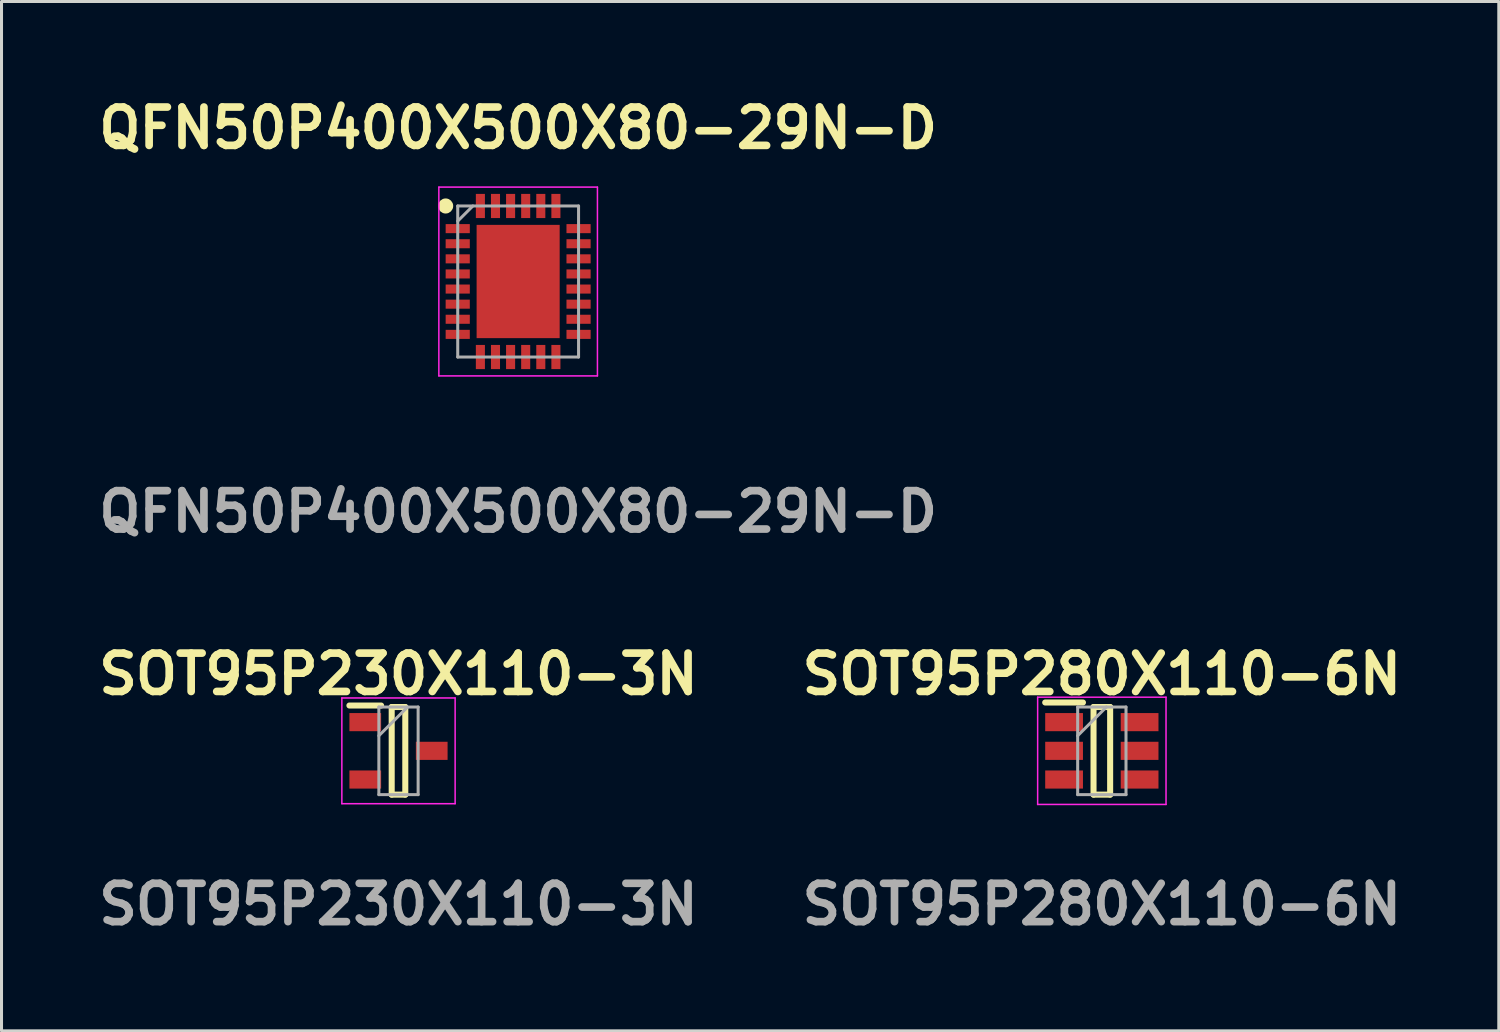
<source format=kicad_pcb>
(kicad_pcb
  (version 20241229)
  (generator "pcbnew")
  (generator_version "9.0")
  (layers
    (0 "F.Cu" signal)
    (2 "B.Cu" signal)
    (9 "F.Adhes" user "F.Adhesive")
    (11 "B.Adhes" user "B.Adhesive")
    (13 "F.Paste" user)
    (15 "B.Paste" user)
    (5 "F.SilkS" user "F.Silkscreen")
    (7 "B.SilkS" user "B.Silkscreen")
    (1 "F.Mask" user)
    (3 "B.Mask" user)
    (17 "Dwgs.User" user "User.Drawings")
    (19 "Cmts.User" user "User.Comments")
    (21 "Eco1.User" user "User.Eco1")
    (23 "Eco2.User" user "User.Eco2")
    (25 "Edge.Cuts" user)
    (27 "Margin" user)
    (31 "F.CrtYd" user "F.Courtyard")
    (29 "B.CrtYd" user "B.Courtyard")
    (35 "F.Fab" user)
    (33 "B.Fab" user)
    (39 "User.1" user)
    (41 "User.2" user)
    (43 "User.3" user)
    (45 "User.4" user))
  (footprint "SOT95P230X110-3N"
    (layer "F.Cu")
    (at 10.142 21.806)
    (property "Reference" "SOT95P230X110-3N" (at 0 -2.54 0) (layer "F.SilkS") (effects (font (size 1.27 1.27) (thickness 0.254))))
    (attr smd)
    (fp_line (start -1.625 -1.5) (end -0.575 -1.5) (stroke (width 0.2) (type solid)) (layer "F.SilkS"))
    (fp_line (start -0.225 -1.45) (end 0.225 -1.45) (stroke (width 0.2) (type solid)) (layer "F.SilkS"))
    (fp_line (start -0.225 1.45) (end -0.225 -1.45) (stroke (width 0.2) (type solid)) (layer "F.SilkS"))
    (fp_line (start 0.225 -1.45) (end 0.225 1.45) (stroke (width 0.2) (type solid)) (layer "F.SilkS"))
    (fp_line (start 0.225 1.45) (end -0.225 1.45) (stroke (width 0.2) (type solid)) (layer "F.SilkS"))
    (fp_line (start -1.875 -1.75) (end 1.875 -1.75) (stroke (width 0.05) (type solid)) (layer "F.CrtYd"))
    (fp_line (start -1.875 1.75) (end -1.875 -1.75) (stroke (width 0.05) (type solid)) (layer "F.CrtYd"))
    (fp_line (start 1.875 -1.75) (end 1.875 1.75) (stroke (width 0.05) (type solid)) (layer "F.CrtYd"))
    (fp_line (start 1.875 1.75) (end -1.875 1.75) (stroke (width 0.05) (type solid)) (layer "F.CrtYd"))
    (fp_line (start -0.65 -1.45) (end 0.65 -1.45) (stroke (width 0.1) (type solid)) (layer "F.Fab"))
    (fp_line (start -0.65 -0.5) (end 0.3 -1.45) (stroke (width 0.1) (type solid)) (layer "F.Fab"))
    (fp_line (start -0.65 1.45) (end -0.65 -1.45) (stroke (width 0.1) (type solid)) (layer "F.Fab"))
    (fp_line (start 0.65 -1.45) (end 0.65 1.45) (stroke (width 0.1) (type solid)) (layer "F.Fab"))
    (fp_line (start 0.65 1.45) (end -0.65 1.45) (stroke (width 0.1) (type solid)) (layer "F.Fab"))
    (fp_text user "${REFERENCE}" (at 0 5.08 0) (layer "F.Fab") (effects (font (size 1.27 1.27) (thickness 0.254))))
    (pad "1" smd rect (at -1.1 -0.95 90) (size 0.6 1.05) (layers "F.Cu" "F.Mask" "F.Paste"))
    (pad "2" smd rect (at -1.1 0.95 90) (size 0.6 1.05) (layers "F.Cu" "F.Mask" "F.Paste"))
    (pad "3" smd rect (at 1.1 0 90) (size 0.6 1.05) (layers "F.Cu" "F.Mask" "F.Paste")))
  (footprint "SOT95P280X110-6N"
    (layer "F.Cu")
    (at 33.426 21.806)
    (property "Reference" "SOT95P280X110-6N" (at 0 -2.54 0) (layer "F.SilkS") (effects (font (size 1.27 1.27) (thickness 0.254))))
    (attr smd)
    (fp_line (start -1.875 -1.6) (end -0.625 -1.6) (stroke (width 0.2) (type solid)) (layer "F.SilkS"))
    (fp_line (start -0.275 -1.45) (end 0.275 -1.45) (stroke (width 0.2) (type solid)) (layer "F.SilkS"))
    (fp_line (start -0.275 1.45) (end -0.275 -1.45) (stroke (width 0.2) (type solid)) (layer "F.SilkS"))
    (fp_line (start 0.275 -1.45) (end 0.275 1.45) (stroke (width 0.2) (type solid)) (layer "F.SilkS"))
    (fp_line (start 0.275 1.45) (end -0.275 1.45) (stroke (width 0.2) (type solid)) (layer "F.SilkS"))
    (fp_line (start -2.125 -1.775) (end 2.125 -1.775) (stroke (width 0.05) (type solid)) (layer "F.CrtYd"))
    (fp_line (start -2.125 1.775) (end -2.125 -1.775) (stroke (width 0.05) (type solid)) (layer "F.CrtYd"))
    (fp_line (start 2.125 -1.775) (end 2.125 1.775) (stroke (width 0.05) (type solid)) (layer "F.CrtYd"))
    (fp_line (start 2.125 1.775) (end -2.125 1.775) (stroke (width 0.05) (type solid)) (layer "F.CrtYd"))
    (fp_line (start -0.8 -1.45) (end 0.8 -1.45) (stroke (width 0.1) (type solid)) (layer "F.Fab"))
    (fp_line (start -0.8 -0.5) (end 0.15 -1.45) (stroke (width 0.1) (type solid)) (layer "F.Fab"))
    (fp_line (start -0.8 1.45) (end -0.8 -1.45) (stroke (width 0.1) (type solid)) (layer "F.Fab"))
    (fp_line (start 0.8 -1.45) (end 0.8 1.45) (stroke (width 0.1) (type solid)) (layer "F.Fab"))
    (fp_line (start 0.8 1.45) (end -0.8 1.45) (stroke (width 0.1) (type solid)) (layer "F.Fab"))
    (fp_text user "${REFERENCE}" (at 0 5.08 0) (layer "F.Fab") (effects (font (size 1.27 1.27) (thickness 0.254))))
    (pad "1" smd rect (at -1.25 -0.95 90) (size 0.6 1.25) (layers "F.Cu" "F.Mask" "F.Paste"))
    (pad "2" smd rect (at -1.25 0 90) (size 0.6 1.25) (layers "F.Cu" "F.Mask" "F.Paste"))
    (pad "3" smd rect (at -1.25 0.95 90) (size 0.6 1.25) (layers "F.Cu" "F.Mask" "F.Paste"))
    (pad "4" smd rect (at 1.25 0.95 90) (size 0.6 1.25) (layers "F.Cu" "F.Mask" "F.Paste"))
    (pad "5" smd rect (at 1.25 0 90) (size 0.6 1.25) (layers "F.Cu" "F.Mask" "F.Paste"))
    (pad "6" smd rect (at 1.25 -0.95 90) (size 0.6 1.25) (layers "F.Cu" "F.Mask" "F.Paste")))
  (footprint "QFN50P400X500X80-29N-D"
    (layer "F.Cu")
    (at 14.103 6.269)
    (property "Reference" "QFN50P400X500X80-29N-D" (at 0 -5.08 0) (layer "F.SilkS") (effects (font (size 1.27 1.27) (thickness 0.254))))
    (attr smd)
    (fp_circle (center -2.4 -2.5) (end -2.4 -2.375) (stroke (width 0.25) (type solid)) (fill no) (layer "F.SilkS"))
    (fp_line (start -2.625 -3.125) (end 2.625 -3.125) (stroke (width 0.05) (type solid)) (layer "F.CrtYd"))
    (fp_line (start -2.625 3.125) (end -2.625 -3.125) (stroke (width 0.05) (type solid)) (layer "F.CrtYd"))
    (fp_line (start 2.625 -3.125) (end 2.625 3.125) (stroke (width 0.05) (type solid)) (layer "F.CrtYd"))
    (fp_line (start 2.625 3.125) (end -2.625 3.125) (stroke (width 0.05) (type solid)) (layer "F.CrtYd"))
    (fp_line (start -2 -2.5) (end 2 -2.5) (stroke (width 0.1) (type solid)) (layer "F.Fab"))
    (fp_line (start -2 -2) (end -1.5 -2.5) (stroke (width 0.1) (type solid)) (layer "F.Fab"))
    (fp_line (start -2 2.5) (end -2 -2.5) (stroke (width 0.1) (type solid)) (layer "F.Fab"))
    (fp_line (start 2 -2.5) (end 2 2.5) (stroke (width 0.1) (type solid)) (layer "F.Fab"))
    (fp_line (start 2 2.5) (end -2 2.5) (stroke (width 0.1) (type solid)) (layer "F.Fab"))
    (fp_text user "${REFERENCE}" (at 0 7.62 0) (layer "F.Fab") (effects (font (size 1.27 1.27) (thickness 0.254))))
    (pad "1" smd rect (at -2 -1.75 90) (size 0.3 0.8) (layers "F.Cu" "F.Mask" "F.Paste"))
    (pad "2" smd rect (at -2 -1.25 90) (size 0.3 0.8) (layers "F.Cu" "F.Mask" "F.Paste"))
    (pad "3" smd rect (at -2 -0.75 90) (size 0.3 0.8) (layers "F.Cu" "F.Mask" "F.Paste"))
    (pad "4" smd rect (at -2 -0.25 90) (size 0.3 0.8) (layers "F.Cu" "F.Mask" "F.Paste"))
    (pad "5" smd rect (at -2 0.25 90) (size 0.3 0.8) (layers "F.Cu" "F.Mask" "F.Paste"))
    (pad "6" smd rect (at -2 0.75 90) (size 0.3 0.8) (layers "F.Cu" "F.Mask" "F.Paste"))
    (pad "7" smd rect (at -2 1.25 90) (size 0.3 0.8) (layers "F.Cu" "F.Mask" "F.Paste"))
    (pad "8" smd rect (at -2 1.75 90) (size 0.3 0.8) (layers "F.Cu" "F.Mask" "F.Paste"))
    (pad "9" smd rect (at -1.25 2.5) (size 0.3 0.8) (layers "F.Cu" "F.Mask" "F.Paste"))
    (pad "10" smd rect (at -0.75 2.5) (size 0.3 0.8) (layers "F.Cu" "F.Mask" "F.Paste"))
    (pad "11" smd rect (at -0.25 2.5) (size 0.3 0.8) (layers "F.Cu" "F.Mask" "F.Paste"))
    (pad "12" smd rect (at 0.25 2.5) (size 0.3 0.8) (layers "F.Cu" "F.Mask" "F.Paste"))
    (pad "13" smd rect (at 0.75 2.5) (size 0.3 0.8) (layers "F.Cu" "F.Mask" "F.Paste"))
    (pad "14" smd rect (at 1.25 2.5) (size 0.3 0.8) (layers "F.Cu" "F.Mask" "F.Paste"))
    (pad "15" smd rect (at 2 1.75 90) (size 0.3 0.8) (layers "F.Cu" "F.Mask" "F.Paste"))
    (pad "16" smd rect (at 2 1.25 90) (size 0.3 0.8) (layers "F.Cu" "F.Mask" "F.Paste"))
    (pad "17" smd rect (at 2 0.75 90) (size 0.3 0.8) (layers "F.Cu" "F.Mask" "F.Paste"))
    (pad "18" smd rect (at 2 0.25 90) (size 0.3 0.8) (layers "F.Cu" "F.Mask" "F.Paste"))
    (pad "19" smd rect (at 2 -0.25 90) (size 0.3 0.8) (layers "F.Cu" "F.Mask" "F.Paste"))
    (pad "20" smd rect (at 2 -0.75 90) (size 0.3 0.8) (layers "F.Cu" "F.Mask" "F.Paste"))
    (pad "21" smd rect (at 2 -1.25 90) (size 0.3 0.8) (layers "F.Cu" "F.Mask" "F.Paste"))
    (pad "22" smd rect (at 2 -1.75 90) (size 0.3 0.8) (layers "F.Cu" "F.Mask" "F.Paste"))
    (pad "23" smd rect (at 1.25 -2.5) (size 0.3 0.8) (layers "F.Cu" "F.Mask" "F.Paste"))
    (pad "24" smd rect (at 0.75 -2.5) (size 0.3 0.8) (layers "F.Cu" "F.Mask" "F.Paste"))
    (pad "25" smd rect (at 0.25 -2.5) (size 0.3 0.8) (layers "F.Cu" "F.Mask" "F.Paste"))
    (pad "26" smd rect (at -0.25 -2.5) (size 0.3 0.8) (layers "F.Cu" "F.Mask" "F.Paste"))
    (pad "27" smd rect (at -0.75 -2.5) (size 0.3 0.8) (layers "F.Cu" "F.Mask" "F.Paste"))
    (pad "28" smd rect (at -1.25 -2.5) (size 0.3 0.8) (layers "F.Cu" "F.Mask" "F.Paste"))
    (pad "29" smd rect (at 0 0) (size 2.75 3.75) (layers "F.Cu" "F.Mask" "F.Paste")))
  (gr_rect
    (start -3 -3)
    (end 46.567 31.075)
    (stroke (width 0.1) (type default))
    (fill no)
    (layer "Edge.Cuts")))
</source>
